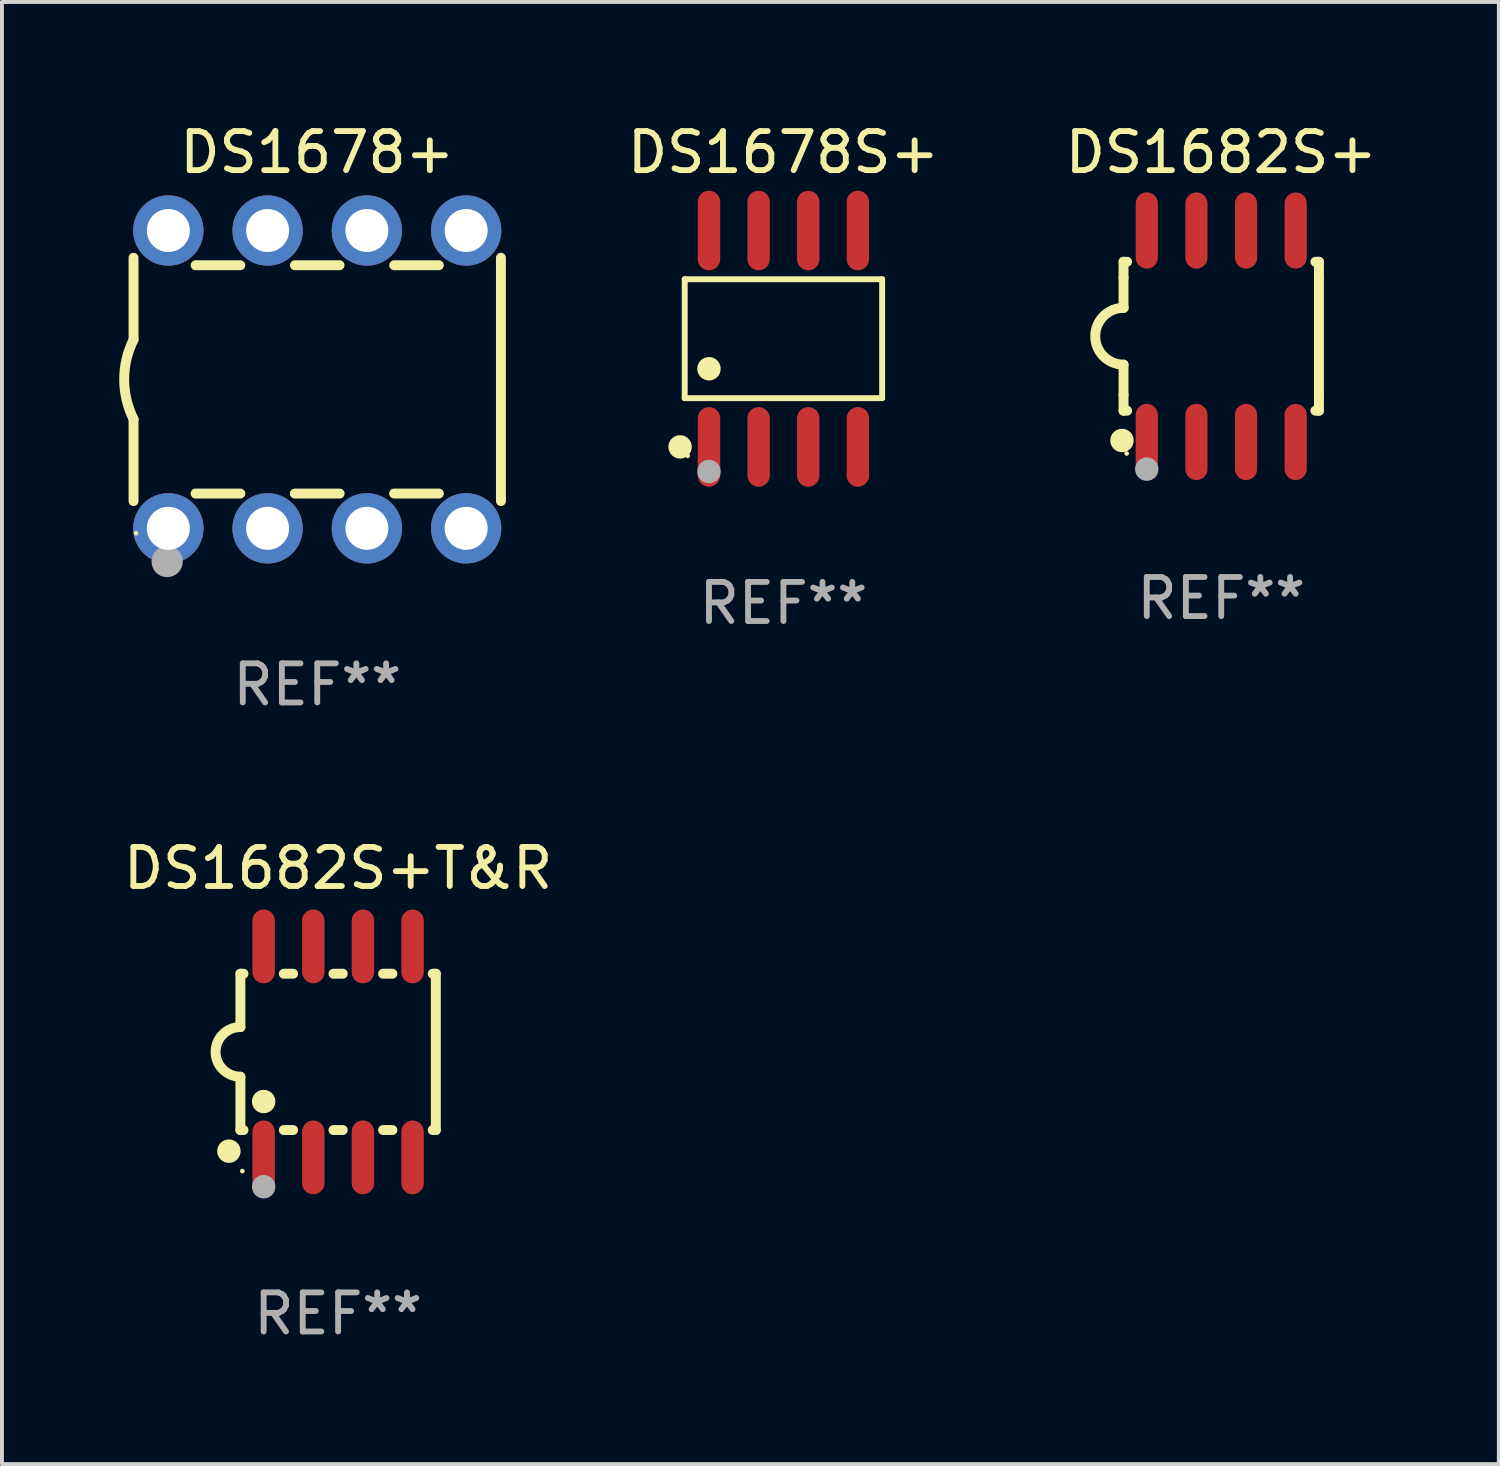
<source format=kicad_pcb>
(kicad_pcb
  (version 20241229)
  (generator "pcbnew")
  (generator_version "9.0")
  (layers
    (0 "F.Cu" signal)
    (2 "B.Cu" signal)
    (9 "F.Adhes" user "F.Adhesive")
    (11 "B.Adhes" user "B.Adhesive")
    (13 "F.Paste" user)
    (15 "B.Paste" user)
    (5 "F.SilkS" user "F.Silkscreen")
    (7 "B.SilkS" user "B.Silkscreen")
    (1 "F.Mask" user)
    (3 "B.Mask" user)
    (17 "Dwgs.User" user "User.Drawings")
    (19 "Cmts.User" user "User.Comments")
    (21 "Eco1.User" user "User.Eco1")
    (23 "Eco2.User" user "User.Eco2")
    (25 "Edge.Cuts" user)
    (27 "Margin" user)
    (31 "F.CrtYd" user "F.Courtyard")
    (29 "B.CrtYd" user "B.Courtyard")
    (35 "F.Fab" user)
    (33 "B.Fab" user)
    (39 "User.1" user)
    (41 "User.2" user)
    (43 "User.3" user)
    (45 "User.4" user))
  (footprint "DS1678+"
    (layer "F.Cu")
    (at 5.067 6.658)
    (property "Reference" "DS1678+" (at 0 -5.81 0) (layer "F.SilkS") (effects (font (size 1 1) (thickness 0.15))))
    (attr through_hole)
    (fp_line (start -4.7 -1.017) (end -4.7 -3.113) (stroke (width 0.254) (type solid)) (layer "F.SilkS"))
    (fp_line (start -4.7 1.015) (end -4.7 3.113) (stroke (width 0.254) (type solid)) (layer "F.SilkS"))
    (fp_line (start -3.113 2.92) (end -1.967 2.92) (stroke (width 0.254) (type solid)) (layer "F.SilkS"))
    (fp_line (start -3.111 -2.922) (end -1.969 -2.922) (stroke (width 0.254) (type solid)) (layer "F.SilkS"))
    (fp_line (start -0.573 2.92) (end 0.573 2.92) (stroke (width 0.254) (type solid)) (layer "F.SilkS"))
    (fp_line (start -0.571 -2.922) (end 0.571 -2.922) (stroke (width 0.254) (type solid)) (layer "F.SilkS"))
    (fp_line (start 1.967 2.92) (end 3.113 2.92) (stroke (width 0.254) (type solid)) (layer "F.SilkS"))
    (fp_line (start 1.969 -2.922) (end 3.111 -2.922) (stroke (width 0.254) (type solid)) (layer "F.SilkS"))
    (fp_line (start 4.7 -3.113) (end 4.7 3.113) (stroke (width 0.254) (type solid)) (layer "F.SilkS"))
    (fp_arc (start -4.7 1.01524) (mid -4.939846 -0.000762) (end -4.7 -1.016764) (stroke (width 0.254001) (type solid)) (layer "F.SilkS"))
    (fp_circle (center -4.636 3.935) (end -4.606 3.935) (stroke (width 0.06) (type solid)) (fill no) (layer "F.SilkS"))
    (fp_circle (center -3.84 4.66) (end -3.64 4.66) (stroke (width 0.4) (type solid)) (fill no) (layer "F.Fab"))
    (fp_text user "REF**" (at 0 7.81 0) (layer "F.Fab") (effects (font (size 1 1) (thickness 0.15))))
    (pad "1" thru_hole circle (at -3.81 3.81) (size 1.8 1.8) (drill 1.1) (layers "*.Cu" "*.Mask"))
    (pad "2" thru_hole circle (at -1.27 3.81) (size 1.8 1.8) (drill 1.1) (layers "*.Cu" "*.Mask"))
    (pad "3" thru_hole circle (at 1.27 3.81) (size 1.8 1.8) (drill 1.1) (layers "*.Cu" "*.Mask"))
    (pad "4" thru_hole circle (at 3.81 3.81) (size 1.8 1.8) (drill 1.1) (layers "*.Cu" "*.Mask"))
    (pad "5" thru_hole circle (at 3.81 -3.81) (size 1.8 1.8) (drill 1.1) (layers "*.Cu" "*.Mask"))
    (pad "6" thru_hole circle (at 1.27 -3.81) (size 1.8 1.8) (drill 1.1) (layers "*.Cu" "*.Mask"))
    (pad "7" thru_hole circle (at -1.27 -3.81) (size 1.8 1.8) (drill 1.1) (layers "*.Cu" "*.Mask"))
    (pad "8" thru_hole circle (at -3.81 -3.81) (size 1.8 1.8) (drill 1.1) (layers "*.Cu" "*.Mask")))
  (footprint "DS1682S+T&R"
    (layer "F.Cu")
    (at 5.601 23.864)
    (property "Reference" "DS1682S+T&R" (at 0 -4.699 0) (layer "F.SilkS") (effects (font (size 1 1) (thickness 0.15))))
    (attr through_hole)
    (fp_line (start -2.5 -2) (end -2.5 -0.635) (stroke (width 0.254) (type solid)) (layer "F.SilkS"))
    (fp_line (start -2.5 -2) (end -2.421 -2) (stroke (width 0.254) (type solid)) (layer "F.SilkS"))
    (fp_line (start -2.5 2) (end -2.5 0.635) (stroke (width 0.254) (type solid)) (layer "F.SilkS"))
    (fp_line (start -2.5 2) (end -2.421 2) (stroke (width 0.254) (type solid)) (layer "F.SilkS"))
    (fp_line (start -1.389 -2) (end -1.151 -2) (stroke (width 0.254) (type solid)) (layer "F.SilkS"))
    (fp_line (start -1.389 2) (end -1.151 2) (stroke (width 0.254) (type solid)) (layer "F.SilkS"))
    (fp_line (start -0.119 -2) (end 0.119 -2) (stroke (width 0.254) (type solid)) (layer "F.SilkS"))
    (fp_line (start -0.119 2) (end 0.119 2) (stroke (width 0.254) (type solid)) (layer "F.SilkS"))
    (fp_line (start 1.151 -2) (end 1.389 -2) (stroke (width 0.254) (type solid)) (layer "F.SilkS"))
    (fp_line (start 1.151 2) (end 1.389 2) (stroke (width 0.254) (type solid)) (layer "F.SilkS"))
    (fp_line (start 2.421 -2) (end 2.5 -2) (stroke (width 0.254) (type solid)) (layer "F.SilkS"))
    (fp_line (start 2.421 2) (end 2.5 2) (stroke (width 0.254) (type solid)) (layer "F.SilkS"))
    (fp_line (start 2.5 -2) (end 2.5 2) (stroke (width 0.254) (type solid)) (layer "F.SilkS"))
    (fp_arc (start -2.5 0.635001) (mid -3.134366 -0.000318) (end -2.499365 -0.635001) (stroke (width 0.254001) (type solid)) (layer "F.SilkS"))
    (fp_circle (center -2.794 2.54) (end -2.644 2.54) (stroke (width 0.3) (type solid)) (fill no) (layer "F.SilkS"))
    (fp_circle (center -2.45 3.05) (end -2.42 3.05) (stroke (width 0.06) (type solid)) (fill no) (layer "F.SilkS"))
    (fp_circle (center -1.905 1.27) (end -1.755 1.27) (stroke (width 0.3) (type solid)) (fill no) (layer "F.SilkS"))
    (fp_circle (center -1.905 3.45) (end -1.755 3.45) (stroke (width 0.3) (type solid)) (fill no) (layer "F.Fab"))
    (fp_text user "REF**" (at 0 6.699 0) (layer "F.Fab") (effects (font (size 1 1) (thickness 0.15))))
    (pad "1" smd oval (at -1.905 2.699) (size 0.574 1.888) (layers "F.Cu" "F.Mask" "F.Paste"))
    (pad "2" smd oval (at -0.635 2.699) (size 0.574 1.888) (layers "F.Cu" "F.Mask" "F.Paste"))
    (pad "3" smd oval (at 0.635 2.699) (size 0.574 1.888) (layers "F.Cu" "F.Mask" "F.Paste"))
    (pad "4" smd oval (at 1.905 2.699) (size 0.574 1.888) (layers "F.Cu" "F.Mask" "F.Paste"))
    (pad "5" smd oval (at 1.905 -2.699) (size 0.574 1.888) (layers "F.Cu" "F.Mask" "F.Paste"))
    (pad "6" smd oval (at 0.635 -2.699) (size 0.574 1.888) (layers "F.Cu" "F.Mask" "F.Paste"))
    (pad "7" smd oval (at -0.635 -2.699) (size 0.574 1.888) (layers "F.Cu" "F.Mask" "F.Paste"))
    (pad "8" smd oval (at -1.905 -2.699) (size 0.574 1.888) (layers "F.Cu" "F.Mask" "F.Paste")))
  (footprint "DS1682S+"
    (layer "F.Cu")
    (at 28.197 5.553)
    (property "Reference" "DS1682S+" (at 0 -4.705 0) (layer "F.SilkS") (effects (font (size 1 1) (thickness 0.15))))
    (attr through_hole)
    (fp_line (start -2.5 -1.905) (end -2.409 -1.905) (stroke (width 0.254) (type solid)) (layer "F.SilkS"))
    (fp_line (start -2.5 -1.5) (end -2.5 -1.905) (stroke (width 0.254) (type solid)) (layer "F.SilkS"))
    (fp_line (start -2.5 -1.5) (end -2.5 -0.726) (stroke (width 0.254) (type solid)) (layer "F.SilkS"))
    (fp_line (start -2.5 1.5) (end -2.5 0.727) (stroke (width 0.254) (type solid)) (layer "F.SilkS"))
    (fp_line (start -2.5 1.5) (end -2.5 1.905) (stroke (width 0.254) (type solid)) (layer "F.SilkS"))
    (fp_line (start -2.5 1.905) (end -2.409 1.905) (stroke (width 0.254) (type solid)) (layer "F.SilkS"))
    (fp_line (start 2.5 -1.905) (end 2.409 -1.905) (stroke (width 0.254) (type solid)) (layer "F.SilkS"))
    (fp_line (start 2.5 -1.5) (end 2.5 -1.905) (stroke (width 0.254) (type solid)) (layer "F.SilkS"))
    (fp_line (start 2.5 -1.5) (end 2.5 1.5) (stroke (width 0.254) (type solid)) (layer "F.SilkS"))
    (fp_line (start 2.5 1.5) (end 2.5 1.905) (stroke (width 0.254) (type solid)) (layer "F.SilkS"))
    (fp_line (start 2.5 1.905) (end 2.409 1.905) (stroke (width 0.254) (type solid)) (layer "F.SilkS"))
    (fp_arc (start -2.5 0.726568) (mid -3.220316 -0.0023) (end -2.495097 -0.726289) (stroke (width 0.254001) (type solid)) (layer "F.SilkS"))
    (fp_circle (center -2.54 2.667) (end -2.39 2.667) (stroke (width 0.3) (type solid)) (fill no) (layer "F.SilkS"))
    (fp_circle (center -2.42 3) (end -2.39 3) (stroke (width 0.06) (type solid)) (fill no) (layer "F.SilkS"))
    (fp_circle (center -1.905 3.4) (end -1.755 3.4) (stroke (width 0.3) (type solid)) (fill no) (layer "F.Fab"))
    (fp_text user "REF**" (at 0 6.705 0) (layer "F.Fab") (effects (font (size 1 1) (thickness 0.15))))
    (pad "1" smd oval (at -1.905 2.705) (size 0.568 1.95) (layers "F.Cu" "F.Mask" "F.Paste"))
    (pad "2" smd oval (at -0.635 2.705) (size 0.568 1.95) (layers "F.Cu" "F.Mask" "F.Paste"))
    (pad "3" smd oval (at 0.635 2.705) (size 0.568 1.95) (layers "F.Cu" "F.Mask" "F.Paste"))
    (pad "4" smd oval (at 1.905 2.705) (size 0.568 1.95) (layers "F.Cu" "F.Mask" "F.Paste"))
    (pad "5" smd oval (at 1.905 -2.705) (size 0.568 1.95) (layers "F.Cu" "F.Mask" "F.Paste"))
    (pad "6" smd oval (at 0.635 -2.705) (size 0.568 1.95) (layers "F.Cu" "F.Mask" "F.Paste"))
    (pad "7" smd oval (at -0.635 -2.705) (size 0.568 1.95) (layers "F.Cu" "F.Mask" "F.Paste"))
    (pad "8" smd oval (at -1.905 -2.705) (size 0.568 1.95) (layers "F.Cu" "F.Mask" "F.Paste")))
  (footprint "DS1678S+"
    (layer "F.Cu")
    (at 16.995 5.616)
    (property "Reference" "DS1678S+" (at 0 -4.768 0) (layer "F.SilkS") (effects (font (size 1 1) (thickness 0.15))))
    (attr through_hole)
    (fp_line (start -2.526 -1.521) (end 2.526 -1.521) (stroke (width 0.152) (type solid)) (layer "F.SilkS"))
    (fp_line (start -2.526 1.521) (end -2.526 -1.521) (stroke (width 0.152) (type solid)) (layer "F.SilkS"))
    (fp_line (start 2.526 -1.521) (end 2.526 1.521) (stroke (width 0.152) (type solid)) (layer "F.SilkS"))
    (fp_line (start 2.526 1.521) (end -2.526 1.521) (stroke (width 0.152) (type solid)) (layer "F.SilkS"))
    (fp_circle (center -2.644 2.768) (end -2.494 2.768) (stroke (width 0.3) (type solid)) (fill no) (layer "F.SilkS"))
    (fp_circle (center -2.45 2.998) (end -2.42 2.998) (stroke (width 0.06) (type solid)) (fill no) (layer "F.SilkS"))
    (fp_circle (center -1.905 0.769) (end -1.755 0.769) (stroke (width 0.3) (type solid)) (fill no) (layer "F.SilkS"))
    (fp_circle (center -1.905 3.398) (end -1.755 3.398) (stroke (width 0.3) (type solid)) (fill no) (layer "F.Fab"))
    (fp_text user "REF**" (at 0 6.768 0) (layer "F.Fab") (effects (font (size 1 1) (thickness 0.15))))
    (pad "1" smd oval (at -1.905 2.768) (size 0.574 2.036) (layers "F.Cu" "F.Mask" "F.Paste"))
    (pad "2" smd oval (at -0.635 2.768) (size 0.574 2.036) (layers "F.Cu" "F.Mask" "F.Paste"))
    (pad "3" smd oval (at 0.635 2.768) (size 0.574 2.036) (layers "F.Cu" "F.Mask" "F.Paste"))
    (pad "4" smd oval (at 1.905 2.768) (size 0.574 2.036) (layers "F.Cu" "F.Mask" "F.Paste"))
    (pad "5" smd oval (at 1.905 -2.768) (size 0.574 2.036) (layers "F.Cu" "F.Mask" "F.Paste"))
    (pad "6" smd oval (at 0.635 -2.768) (size 0.574 2.036) (layers "F.Cu" "F.Mask" "F.Paste"))
    (pad "7" smd oval (at -0.635 -2.768) (size 0.574 2.036) (layers "F.Cu" "F.Mask" "F.Paste"))
    (pad "8" smd oval (at -1.905 -2.768) (size 0.574 2.036) (layers "F.Cu" "F.Mask" "F.Paste")))
  (gr_rect
    (start -3 -3)
    (end 35.299 34.411)
    (stroke (width 0.1) (type default))
    (fill no)
    (layer "Edge.Cuts")))
</source>
